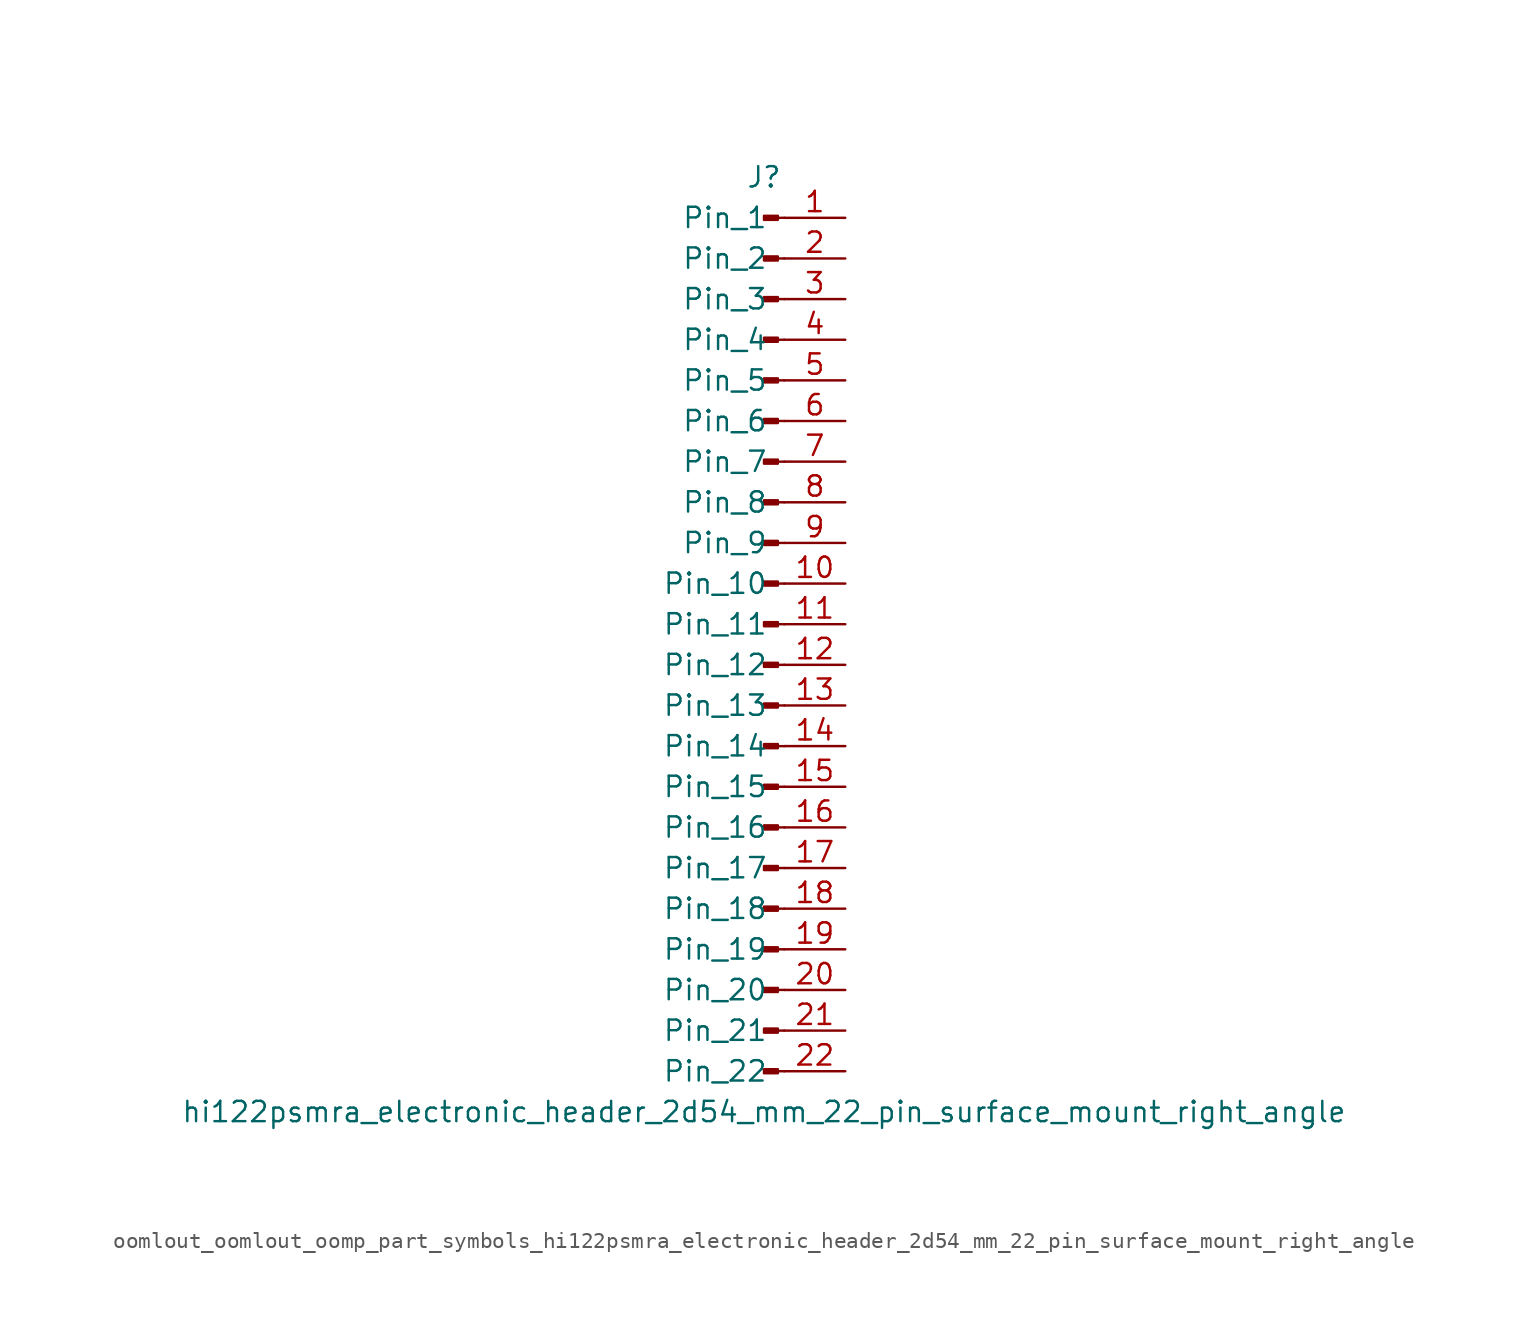
<source format=kicad_sym>
(kicad_symbol_lib
  (version 20220914)
  (generator kicad_symbol_editor)
  (symbol "oomlout_oomlout_oomp_part_symbols_hi122psmra_electronic_header_2d54_mm_22_pin_surface_mount_right_angle"
    (pin_names
      (offset 1.016))
    (property "Reference" "J"
      (at 0 27.94 0)
      (effects (font (size 1.27 1.27))))
    (property "Value" "hi122psmra_electronic_header_2d54_mm_22_pin_surface_mount_right_angle"
      (at 0 -30.48 0)
      (effects (font (size 1.27 1.27))))
    (property "ki_locked" ""
      (at 0 0 0)
      (effects (font (size 1.27 1.27))))
    (symbol "oomlout_oomlout_oomp_part_symbols_hi122psmra_electronic_header_2d54_mm_22_pin_surface_mount_right_angle_1_1"
      (polyline (pts (xy 1.27 -27.94) (xy 0.864 -27.94)) (stroke (width 0.152) (type default)) (fill (type none)))
      (polyline (pts (xy 1.27 -25.4) (xy 0.864 -25.4)) (stroke (width 0.152) (type default)) (fill (type none)))
      (polyline (pts (xy 1.27 -22.86) (xy 0.864 -22.86)) (stroke (width 0.152) (type default)) (fill (type none)))
      (polyline (pts (xy 1.27 -20.32) (xy 0.864 -20.32)) (stroke (width 0.152) (type default)) (fill (type none)))
      (polyline (pts (xy 1.27 -17.78) (xy 0.864 -17.78)) (stroke (width 0.152) (type default)) (fill (type none)))
      (polyline (pts (xy 1.27 -15.24) (xy 0.864 -15.24)) (stroke (width 0.152) (type default)) (fill (type none)))
      (polyline (pts (xy 1.27 -12.7) (xy 0.864 -12.7)) (stroke (width 0.152) (type default)) (fill (type none)))
      (polyline (pts (xy 1.27 -10.16) (xy 0.864 -10.16)) (stroke (width 0.152) (type default)) (fill (type none)))
      (polyline (pts (xy 1.27 -7.62) (xy 0.864 -7.62)) (stroke (width 0.152) (type default)) (fill (type none)))
      (polyline (pts (xy 1.27 -5.08) (xy 0.864 -5.08)) (stroke (width 0.152) (type default)) (fill (type none)))
      (polyline (pts (xy 1.27 -2.54) (xy 0.864 -2.54)) (stroke (width 0.152) (type default)) (fill (type none)))
      (polyline (pts (xy 1.27 0) (xy 0.864 0)) (stroke (width 0.152) (type default)) (fill (type none)))
      (polyline (pts (xy 1.27 2.54) (xy 0.864 2.54)) (stroke (width 0.152) (type default)) (fill (type none)))
      (polyline (pts (xy 1.27 5.08) (xy 0.864 5.08)) (stroke (width 0.152) (type default)) (fill (type none)))
      (polyline (pts (xy 1.27 7.62) (xy 0.864 7.62)) (stroke (width 0.152) (type default)) (fill (type none)))
      (polyline (pts (xy 1.27 10.16) (xy 0.864 10.16)) (stroke (width 0.152) (type default)) (fill (type none)))
      (polyline (pts (xy 1.27 12.7) (xy 0.864 12.7)) (stroke (width 0.152) (type default)) (fill (type none)))
      (polyline (pts (xy 1.27 15.24) (xy 0.864 15.24)) (stroke (width 0.152) (type default)) (fill (type none)))
      (polyline (pts (xy 1.27 17.78) (xy 0.864 17.78)) (stroke (width 0.152) (type default)) (fill (type none)))
      (polyline (pts (xy 1.27 20.32) (xy 0.864 20.32)) (stroke (width 0.152) (type default)) (fill (type none)))
      (polyline (pts (xy 1.27 22.86) (xy 0.864 22.86)) (stroke (width 0.152) (type default)) (fill (type none)))
      (polyline (pts (xy 1.27 25.4) (xy 0.864 25.4)) (stroke (width 0.152) (type default)) (fill (type none)))
      (rectangle (start 0.864 -27.813) (end 0 -28.067) (stroke (width 0.152) (type default)) (fill (type outline)))
      (rectangle (start 0.864 -25.273) (end 0 -25.527) (stroke (width 0.152) (type default)) (fill (type outline)))
      (rectangle (start 0.864 -22.733) (end 0 -22.987) (stroke (width 0.152) (type default)) (fill (type outline)))
      (rectangle (start 0.864 -20.193) (end 0 -20.447) (stroke (width 0.152) (type default)) (fill (type outline)))
      (rectangle (start 0.864 -17.653) (end 0 -17.907) (stroke (width 0.152) (type default)) (fill (type outline)))
      (rectangle (start 0.864 -15.113) (end 0 -15.367) (stroke (width 0.152) (type default)) (fill (type outline)))
      (rectangle (start 0.864 -12.573) (end 0 -12.827) (stroke (width 0.152) (type default)) (fill (type outline)))
      (rectangle (start 0.864 -10.033) (end 0 -10.287) (stroke (width 0.152) (type default)) (fill (type outline)))
      (rectangle (start 0.864 -7.493) (end 0 -7.747) (stroke (width 0.152) (type default)) (fill (type outline)))
      (rectangle (start 0.864 -4.953) (end 0 -5.207) (stroke (width 0.152) (type default)) (fill (type outline)))
      (rectangle (start 0.864 -2.413) (end 0 -2.667) (stroke (width 0.152) (type default)) (fill (type outline)))
      (rectangle (start 0.864 0.127) (end 0 -0.127) (stroke (width 0.152) (type default)) (fill (type outline)))
      (rectangle (start 0.864 2.667) (end 0 2.413) (stroke (width 0.152) (type default)) (fill (type outline)))
      (rectangle (start 0.864 5.207) (end 0 4.953) (stroke (width 0.152) (type default)) (fill (type outline)))
      (rectangle (start 0.864 7.747) (end 0 7.493) (stroke (width 0.152) (type default)) (fill (type outline)))
      (rectangle (start 0.864 10.287) (end 0 10.033) (stroke (width 0.152) (type default)) (fill (type outline)))
      (rectangle (start 0.864 12.827) (end 0 12.573) (stroke (width 0.152) (type default)) (fill (type outline)))
      (rectangle (start 0.864 15.367) (end 0 15.113) (stroke (width 0.152) (type default)) (fill (type outline)))
      (rectangle (start 0.864 17.907) (end 0 17.653) (stroke (width 0.152) (type default)) (fill (type outline)))
      (rectangle (start 0.864 20.447) (end 0 20.193) (stroke (width 0.152) (type default)) (fill (type outline)))
      (rectangle (start 0.864 22.987) (end 0 22.733) (stroke (width 0.152) (type default)) (fill (type outline)))
      (rectangle (start 0.864 25.527) (end 0 25.273) (stroke (width 0.152) (type default)) (fill (type outline)))
      (pin passive line (at 5.08 25.4 180) (length 3.81) (name "Pin_1" (effects (font (size 1.27 1.27)))) (number "1" (effects (font (size 1.27 1.27)))))
      (pin passive line (at 5.08 2.54 180) (length 3.81) (name "Pin_10" (effects (font (size 1.27 1.27)))) (number "10" (effects (font (size 1.27 1.27)))))
      (pin passive line (at 5.08 0 180) (length 3.81) (name "Pin_11" (effects (font (size 1.27 1.27)))) (number "11" (effects (font (size 1.27 1.27)))))
      (pin passive line (at 5.08 -2.54 180) (length 3.81) (name "Pin_12" (effects (font (size 1.27 1.27)))) (number "12" (effects (font (size 1.27 1.27)))))
      (pin passive line (at 5.08 -5.08 180) (length 3.81) (name "Pin_13" (effects (font (size 1.27 1.27)))) (number "13" (effects (font (size 1.27 1.27)))))
      (pin passive line (at 5.08 -7.62 180) (length 3.81) (name "Pin_14" (effects (font (size 1.27 1.27)))) (number "14" (effects (font (size 1.27 1.27)))))
      (pin passive line (at 5.08 -10.16 180) (length 3.81) (name "Pin_15" (effects (font (size 1.27 1.27)))) (number "15" (effects (font (size 1.27 1.27)))))
      (pin passive line (at 5.08 -12.7 180) (length 3.81) (name "Pin_16" (effects (font (size 1.27 1.27)))) (number "16" (effects (font (size 1.27 1.27)))))
      (pin passive line (at 5.08 -15.24 180) (length 3.81) (name "Pin_17" (effects (font (size 1.27 1.27)))) (number "17" (effects (font (size 1.27 1.27)))))
      (pin passive line (at 5.08 -17.78 180) (length 3.81) (name "Pin_18" (effects (font (size 1.27 1.27)))) (number "18" (effects (font (size 1.27 1.27)))))
      (pin passive line (at 5.08 -20.32 180) (length 3.81) (name "Pin_19" (effects (font (size 1.27 1.27)))) (number "19" (effects (font (size 1.27 1.27)))))
      (pin passive line (at 5.08 22.86 180) (length 3.81) (name "Pin_2" (effects (font (size 1.27 1.27)))) (number "2" (effects (font (size 1.27 1.27)))))
      (pin passive line (at 5.08 -22.86 180) (length 3.81) (name "Pin_20" (effects (font (size 1.27 1.27)))) (number "20" (effects (font (size 1.27 1.27)))))
      (pin passive line (at 5.08 -25.4 180) (length 3.81) (name "Pin_21" (effects (font (size 1.27 1.27)))) (number "21" (effects (font (size 1.27 1.27)))))
      (pin passive line (at 5.08 -27.94 180) (length 3.81) (name "Pin_22" (effects (font (size 1.27 1.27)))) (number "22" (effects (font (size 1.27 1.27)))))
      (pin passive line (at 5.08 20.32 180) (length 3.81) (name "Pin_3" (effects (font (size 1.27 1.27)))) (number "3" (effects (font (size 1.27 1.27)))))
      (pin passive line (at 5.08 17.78 180) (length 3.81) (name "Pin_4" (effects (font (size 1.27 1.27)))) (number "4" (effects (font (size 1.27 1.27)))))
      (pin passive line (at 5.08 15.24 180) (length 3.81) (name "Pin_5" (effects (font (size 1.27 1.27)))) (number "5" (effects (font (size 1.27 1.27)))))
      (pin passive line (at 5.08 12.7 180) (length 3.81) (name "Pin_6" (effects (font (size 1.27 1.27)))) (number "6" (effects (font (size 1.27 1.27)))))
      (pin passive line (at 5.08 10.16 180) (length 3.81) (name "Pin_7" (effects (font (size 1.27 1.27)))) (number "7" (effects (font (size 1.27 1.27)))))
      (pin passive line (at 5.08 7.62 180) (length 3.81) (name "Pin_8" (effects (font (size 1.27 1.27)))) (number "8" (effects (font (size 1.27 1.27)))))
      (pin passive line (at 5.08 5.08 180) (length 3.81) (name "Pin_9" (effects (font (size 1.27 1.27)))) (number "9" (effects (font (size 1.27 1.27))))))))
</source>
